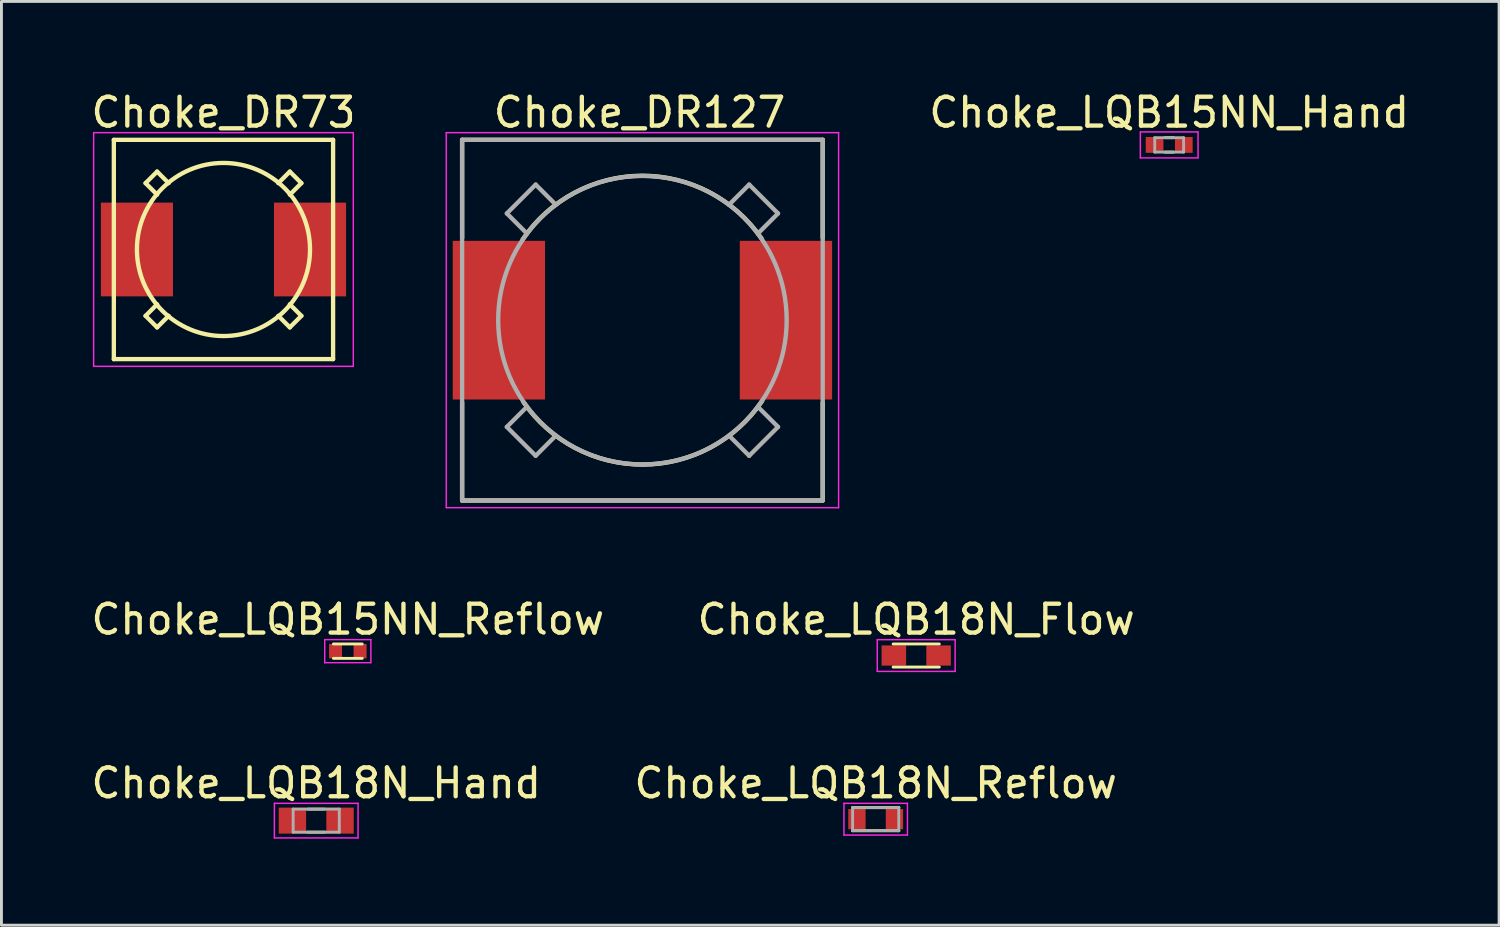
<source format=kicad_pcb>
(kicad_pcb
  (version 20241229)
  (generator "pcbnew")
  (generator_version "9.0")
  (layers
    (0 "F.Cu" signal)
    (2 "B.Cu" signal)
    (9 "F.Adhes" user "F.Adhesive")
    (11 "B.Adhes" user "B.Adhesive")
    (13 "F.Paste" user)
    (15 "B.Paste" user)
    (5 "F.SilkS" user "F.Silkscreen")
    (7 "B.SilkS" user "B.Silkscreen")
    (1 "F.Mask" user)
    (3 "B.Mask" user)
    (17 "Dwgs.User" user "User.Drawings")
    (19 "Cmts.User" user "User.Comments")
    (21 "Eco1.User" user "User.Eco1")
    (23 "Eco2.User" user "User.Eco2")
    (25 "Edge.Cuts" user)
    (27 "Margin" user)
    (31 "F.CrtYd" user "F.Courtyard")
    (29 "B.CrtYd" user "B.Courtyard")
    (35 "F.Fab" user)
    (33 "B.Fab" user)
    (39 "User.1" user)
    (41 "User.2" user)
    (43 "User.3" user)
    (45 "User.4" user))
  (footprint "Choke_DR73"
    (layer "F.Cu")
    (at 4.696 5.598)
    (property "Reference" "Choke_DR73" (at 0 -4.75 0) (layer "F.SilkS") (effects (font (size 1 1) (thickness 0.15))))
    (attr smd)
    (fp_line (start -3.8 -3.8) (end 3.8 -3.8) (stroke (width 0.15) (type solid)) (layer "F.SilkS"))
    (fp_line (start -3.8 3.8) (end -3.8 -3.8) (stroke (width 0.15) (type solid)) (layer "F.SilkS"))
    (fp_line (start -2.7 -2.3) (end -2.3 -2.7) (stroke (width 0.15) (type solid)) (layer "F.SilkS"))
    (fp_line (start -2.7 2.3) (end -2.3 2.7) (stroke (width 0.15) (type solid)) (layer "F.SilkS"))
    (fp_line (start -2.3 -2.7) (end -1.9 -2.3) (stroke (width 0.15) (type solid)) (layer "F.SilkS"))
    (fp_line (start -2.3 -1.9) (end -2.7 -2.3) (stroke (width 0.15) (type solid)) (layer "F.SilkS"))
    (fp_line (start -2.3 1.9) (end -2.7 2.3) (stroke (width 0.15) (type solid)) (layer "F.SilkS"))
    (fp_line (start -2.3 2.7) (end -1.9 2.3) (stroke (width 0.15) (type solid)) (layer "F.SilkS"))
    (fp_line (start 1.9 2.3) (end 2.3 2.7) (stroke (width 0.15) (type solid)) (layer "F.SilkS"))
    (fp_line (start 2.3 -2.7) (end 1.9 -2.3) (stroke (width 0.15) (type solid)) (layer "F.SilkS"))
    (fp_line (start 2.3 -1.9) (end 2.7 -2.3) (stroke (width 0.15) (type solid)) (layer "F.SilkS"))
    (fp_line (start 2.3 2.7) (end 2.7 2.3) (stroke (width 0.15) (type solid)) (layer "F.SilkS"))
    (fp_line (start 2.7 -2.3) (end 2.3 -2.7) (stroke (width 0.15) (type solid)) (layer "F.SilkS"))
    (fp_line (start 2.7 2.3) (end 2.3 1.9) (stroke (width 0.15) (type solid)) (layer "F.SilkS"))
    (fp_line (start 3.8 -3.8) (end 3.8 3.8) (stroke (width 0.15) (type solid)) (layer "F.SilkS"))
    (fp_line (start 3.8 3.8) (end -3.8 3.8) (stroke (width 0.15) (type solid)) (layer "F.SilkS"))
    (fp_circle (center 0 0) (end 3 0) (stroke (width 0.15) (type solid)) (fill no) (layer "F.SilkS"))
    (fp_line (start -4.5 -4.05) (end 4.5 -4.05) (stroke (width 0.05) (type solid)) (layer "F.CrtYd"))
    (fp_line (start -4.5 4.05) (end -4.5 -4.05) (stroke (width 0.05) (type solid)) (layer "F.CrtYd"))
    (fp_line (start 4.5 -4.05) (end 4.5 4.05) (stroke (width 0.05) (type solid)) (layer "F.CrtYd"))
    (fp_line (start 4.5 4.05) (end -4.5 4.05) (stroke (width 0.05) (type solid)) (layer "F.CrtYd"))
    (pad "1" smd rect (at -3 0 90) (size 3.25 2.5) (layers "F.Cu" "F.Mask" "F.Paste"))
    (pad "2" smd rect (at 3 0 90) (size 3.25 2.5) (layers "F.Cu" "F.Mask" "F.Paste")))
  (footprint "Choke_LQB18N_Reflow"
    (layer "F.Cu")
    (at 27.304 25.345)
    (property "Reference" "Choke_LQB18N_Reflow" (at 0 -1.25 0) (layer "F.SilkS") (effects (font (size 1 1) (thickness 0.15))))
    (attr smd)
    (fp_line (start -0.8 -0.4) (end -0.8 -0.4) (stroke (width 0.1) (type solid)) (layer "F.SilkS"))
    (fp_line (start -0.8 -0.4) (end 0.8 -0.4) (stroke (width 0.1) (type solid)) (layer "F.SilkS"))
    (fp_line (start -0.8 0.4) (end -0.8 0.4) (stroke (width 0.1) (type solid)) (layer "F.SilkS"))
    (fp_line (start -0.8 0.4) (end 0.8 0.4) (stroke (width 0.1) (type solid)) (layer "F.SilkS"))
    (fp_line (start 0.8 -0.4) (end 0.8 -0.4) (stroke (width 0.1) (type solid)) (layer "F.SilkS"))
    (fp_line (start 0.8 0.4) (end 0.8 0.4) (stroke (width 0.1) (type solid)) (layer "F.SilkS"))
    (fp_line (start -1.1 -0.55) (end -1.1 0.55) (stroke (width 0.05) (type solid)) (layer "F.CrtYd"))
    (fp_line (start -1.1 -0.55) (end 1.1 -0.55) (stroke (width 0.05) (type solid)) (layer "F.CrtYd"))
    (fp_line (start -1.1 0.55) (end 1.1 0.55) (stroke (width 0.05) (type solid)) (layer "F.CrtYd"))
    (fp_line (start 1.1 -0.55) (end 1.1 0.55) (stroke (width 0.05) (type solid)) (layer "F.CrtYd"))
    (fp_line (start -0.8 -0.4) (end -0.8 0.4) (stroke (width 0.1) (type solid)) (layer "F.Fab"))
    (fp_line (start -0.8 -0.4) (end 0.8 -0.4) (stroke (width 0.1) (type solid)) (layer "F.Fab"))
    (fp_line (start -0.8 0.4) (end 0.8 0.4) (stroke (width 0.1) (type solid)) (layer "F.Fab"))
    (fp_line (start 0.8 -0.4) (end 0.8 0.4) (stroke (width 0.1) (type solid)) (layer "F.Fab"))
    (pad "1" smd rect (at -0.65 0) (size 0.6 0.7) (layers "F.Cu" "F.Mask" "F.Paste"))
    (pad "2" smd rect (at 0.65 0) (size 0.6 0.7) (layers "F.Cu" "F.Mask" "F.Paste")))
  (footprint "Choke_DR127"
    (layer "F.Cu")
    (at 19.218 8.048)
    (property "Reference" "Choke_DR127" (at -0.1 -7.2 0) (layer "F.SilkS") (effects (font (size 1 1) (thickness 0.15))))
    (attr smd)
    (fp_line (start -6.25 -6.25) (end 6.25 -6.25) (stroke (width 0.15) (type solid)) (layer "F.SilkS"))
    (fp_line (start -6.25 -2.85) (end -6.25 -6.25) (stroke (width 0.15) (type solid)) (layer "F.SilkS"))
    (fp_line (start -6.25 6.25) (end -6.25 2.85) (stroke (width 0.15) (type solid)) (layer "F.SilkS"))
    (fp_line (start 6.25 -6.25) (end 6.25 -2.85) (stroke (width 0.15) (type solid)) (layer "F.SilkS"))
    (fp_line (start 6.25 2.85) (end 6.25 6.25) (stroke (width 0.15) (type solid)) (layer "F.SilkS"))
    (fp_line (start 6.25 6.25) (end -6.25 6.25) (stroke (width 0.15) (type solid)) (layer "F.SilkS"))
    (fp_arc (start -4.15 -2.8) (mid -0.021189 -5.006201) (end 4.126149 -2.835029) (stroke (width 0.15) (type solid)) (layer "F.SilkS"))
    (fp_arc (start 4.15 2.8) (mid 0.021189 5.006201) (end -4.126149 2.835029) (stroke (width 0.15) (type solid)) (layer "F.SilkS"))
    (fp_line (start -6.8 -6.5) (end 6.8 -6.5) (stroke (width 0.05) (type solid)) (layer "F.CrtYd"))
    (fp_line (start -6.8 6.5) (end -6.8 -6.5) (stroke (width 0.05) (type solid)) (layer "F.CrtYd"))
    (fp_line (start 6.8 -6.5) (end 6.8 6.5) (stroke (width 0.05) (type solid)) (layer "F.CrtYd"))
    (fp_line (start 6.8 6.5) (end -6.8 6.5) (stroke (width 0.05) (type solid)) (layer "F.CrtYd"))
    (fp_line (start -6.25 -6.25) (end 6.25 -6.25) (stroke (width 0.15) (type solid)) (layer "F.Fab"))
    (fp_line (start -6.25 6.25) (end -6.25 -6.25) (stroke (width 0.15) (type solid)) (layer "F.Fab"))
    (fp_line (start -4 -3) (end -4.7 -3.7) (stroke (width 0.15) (type solid)) (layer "F.Fab"))
    (fp_line (start -4 3) (end -4.7 3.7) (stroke (width 0.15) (type solid)) (layer "F.Fab"))
    (fp_line (start -3.7 -4.7) (end -4.7 -3.7) (stroke (width 0.15) (type solid)) (layer "F.Fab"))
    (fp_line (start -3.7 4.7) (end -4.7 3.7) (stroke (width 0.15) (type solid)) (layer "F.Fab"))
    (fp_line (start -3 -4) (end -3.7 -4.7) (stroke (width 0.15) (type solid)) (layer "F.Fab"))
    (fp_line (start -3 4) (end -3.7 4.7) (stroke (width 0.15) (type solid)) (layer "F.Fab"))
    (fp_line (start 3 -4) (end 3.7 -4.7) (stroke (width 0.15) (type solid)) (layer "F.Fab"))
    (fp_line (start 3 4) (end 3.7 4.7) (stroke (width 0.15) (type solid)) (layer "F.Fab"))
    (fp_line (start 3.7 -4.7) (end 4.7 -3.7) (stroke (width 0.15) (type solid)) (layer "F.Fab"))
    (fp_line (start 3.7 4.7) (end 4.7 3.7) (stroke (width 0.15) (type solid)) (layer "F.Fab"))
    (fp_line (start 4 -3) (end 4.7 -3.7) (stroke (width 0.15) (type solid)) (layer "F.Fab"))
    (fp_line (start 4 3) (end 4.7 3.7) (stroke (width 0.15) (type solid)) (layer "F.Fab"))
    (fp_line (start 6.25 -6.25) (end 6.25 6.25) (stroke (width 0.15) (type solid)) (layer "F.Fab"))
    (fp_line (start 6.25 6.25) (end -6.25 6.25) (stroke (width 0.15) (type solid)) (layer "F.Fab"))
    (fp_circle (center 0 0) (end 5 0) (stroke (width 0.15) (type solid)) (fill no) (layer "F.Fab"))
    (pad "1" smd rect (at -4.975 0 90) (size 5.5 3.2) (layers "F.Cu" "F.Mask" "F.Paste"))
    (pad "2" smd rect (at 4.975 0 90) (size 5.5 3.2) (layers "F.Cu" "F.Mask" "F.Paste")))
  (footprint "Choke_LQB15NN_Reflow"
    (layer "F.Cu")
    (at 9.006 19.521)
    (property "Reference" "Choke_LQB15NN_Reflow" (at 0 -1.1 0) (layer "F.SilkS") (effects (font (size 1 1) (thickness 0.15))))
    (attr smd)
    (fp_line (start -0.5 -0.25) (end 0.5 -0.25) (stroke (width 0.1) (type solid)) (layer "F.SilkS"))
    (fp_line (start -0.5 0.25) (end 0.5 0.25) (stroke (width 0.1) (type solid)) (layer "F.SilkS"))
    (fp_line (start -0.8 -0.4) (end -0.8 0.4) (stroke (width 0.05) (type solid)) (layer "F.CrtYd"))
    (fp_line (start -0.8 -0.4) (end 0.8 -0.4) (stroke (width 0.05) (type solid)) (layer "F.CrtYd"))
    (fp_line (start -0.8 0.4) (end 0.8 0.4) (stroke (width 0.05) (type solid)) (layer "F.CrtYd"))
    (fp_line (start 0.8 -0.4) (end 0.8 0.4) (stroke (width 0.05) (type solid)) (layer "F.CrtYd"))
    (pad "1" smd rect (at -0.425 0) (size 0.45 0.5) (layers "F.Cu" "F.Mask" "F.Paste"))
    (pad "2" smd rect (at 0.425 0) (size 0.45 0.5) (layers "F.Cu" "F.Mask" "F.Paste")))
  (footprint "Choke_LQB18N_Hand"
    (layer "F.Cu")
    (at 7.911 25.395)
    (property "Reference" "Choke_LQB18N_Hand" (at 0 -1.3 0) (layer "F.SilkS") (effects (font (size 1 1) (thickness 0.15))))
    (attr smd)
    (fp_line (start -0.3 -0.4) (end 0.3 -0.4) (stroke (width 0.1) (type solid)) (layer "F.SilkS"))
    (fp_line (start -0.3 0.4) (end 0.3 0.4) (stroke (width 0.1) (type solid)) (layer "F.SilkS"))
    (fp_line (start -1.45 -0.6) (end -1.45 0.6) (stroke (width 0.05) (type solid)) (layer "F.CrtYd"))
    (fp_line (start -1.45 -0.6) (end 1.45 -0.6) (stroke (width 0.05) (type solid)) (layer "F.CrtYd"))
    (fp_line (start -1.45 0.6) (end 1.45 0.6) (stroke (width 0.05) (type solid)) (layer "F.CrtYd"))
    (fp_line (start 1.45 -0.6) (end 1.45 0.6) (stroke (width 0.05) (type solid)) (layer "F.CrtYd"))
    (fp_line (start -0.8 -0.4) (end -0.8 0.4) (stroke (width 0.1) (type solid)) (layer "F.Fab"))
    (fp_line (start -0.8 -0.4) (end 0.8 -0.4) (stroke (width 0.1) (type solid)) (layer "F.Fab"))
    (fp_line (start -0.8 0.4) (end 0.8 0.4) (stroke (width 0.1) (type solid)) (layer "F.Fab"))
    (fp_line (start 0.8 -0.4) (end 0.8 0.4) (stroke (width 0.1) (type solid)) (layer "F.Fab"))
    (pad "1" smd rect (at -0.825 0) (size 0.95 0.9) (layers "F.Cu" "F.Mask" "F.Paste"))
    (pad "2" smd rect (at 0.825 0) (size 0.95 0.9) (layers "F.Cu" "F.Mask" "F.Paste")))
  (footprint "Choke_LQB18N_Flow"
    (layer "F.Cu")
    (at 28.708 19.672)
    (property "Reference" "Choke_LQB18N_Flow" (at 0 -1.25 0) (layer "F.SilkS") (effects (font (size 1 1) (thickness 0.15))))
    (attr smd)
    (fp_line (start -0.8 -0.4) (end 0.8 -0.4) (stroke (width 0.1) (type solid)) (layer "F.SilkS"))
    (fp_line (start -0.8 0.4) (end 0.8 0.4) (stroke (width 0.1) (type solid)) (layer "F.SilkS"))
    (fp_line (start -1.35 -0.55) (end -1.35 0.55) (stroke (width 0.05) (type solid)) (layer "F.CrtYd"))
    (fp_line (start -1.35 -0.55) (end 1.35 -0.55) (stroke (width 0.05) (type solid)) (layer "F.CrtYd"))
    (fp_line (start -1.35 0.55) (end 1.35 0.55) (stroke (width 0.05) (type solid)) (layer "F.CrtYd"))
    (fp_line (start 1.35 -0.55) (end 1.35 0.55) (stroke (width 0.05) (type solid)) (layer "F.CrtYd"))
    (pad "1" smd rect (at -0.775 0) (size 0.85 0.7) (layers "F.Cu" "F.Mask" "F.Paste"))
    (pad "2" smd rect (at 0.775 0) (size 0.85 0.7) (layers "F.Cu" "F.Mask" "F.Paste")))
  (footprint "Choke_LQB15NN_Hand"
    (layer "F.Cu")
    (at 37.477 1.973)
    (property "Reference" "Choke_LQB15NN_Hand" (at 0 -1.125 0) (layer "F.SilkS") (effects (font (size 1 1) (thickness 0.15))))
    (attr smd)
    (fp_line (start -0.15 -0.25) (end 0.15 -0.25) (stroke (width 0.1) (type solid)) (layer "F.SilkS"))
    (fp_line (start -0.15 0.25) (end 0.15 0.25) (stroke (width 0.1) (type solid)) (layer "F.SilkS"))
    (fp_line (start -1 -0.45) (end -1 0.45) (stroke (width 0.05) (type solid)) (layer "F.CrtYd"))
    (fp_line (start -1 -0.45) (end 1 -0.45) (stroke (width 0.05) (type solid)) (layer "F.CrtYd"))
    (fp_line (start -1 0.45) (end 1 0.45) (stroke (width 0.05) (type solid)) (layer "F.CrtYd"))
    (fp_line (start 1 -0.45) (end 1 0.45) (stroke (width 0.05) (type solid)) (layer "F.CrtYd"))
    (fp_line (start -0.5 -0.25) (end -0.5 0.25) (stroke (width 0.1) (type solid)) (layer "F.Fab"))
    (fp_line (start -0.5 -0.25) (end 0.5 -0.25) (stroke (width 0.1) (type solid)) (layer "F.Fab"))
    (fp_line (start -0.5 0.25) (end 0.5 0.25) (stroke (width 0.1) (type solid)) (layer "F.Fab"))
    (fp_line (start 0.5 -0.25) (end 0.5 0.25) (stroke (width 0.1) (type solid)) (layer "F.Fab"))
    (pad "1" smd rect (at -0.506 0) (size 0.613 0.55) (layers "F.Cu" "F.Mask" "F.Paste"))
    (pad "2" smd rect (at 0.506 0) (size 0.613 0.55) (layers "F.Cu" "F.Mask" "F.Paste")))
  (gr_rect
    (start -3 -3)
    (end 48.912 29.02)
    (stroke (width 0.1) (type default))
    (fill no)
    (layer "Edge.Cuts")))
</source>
